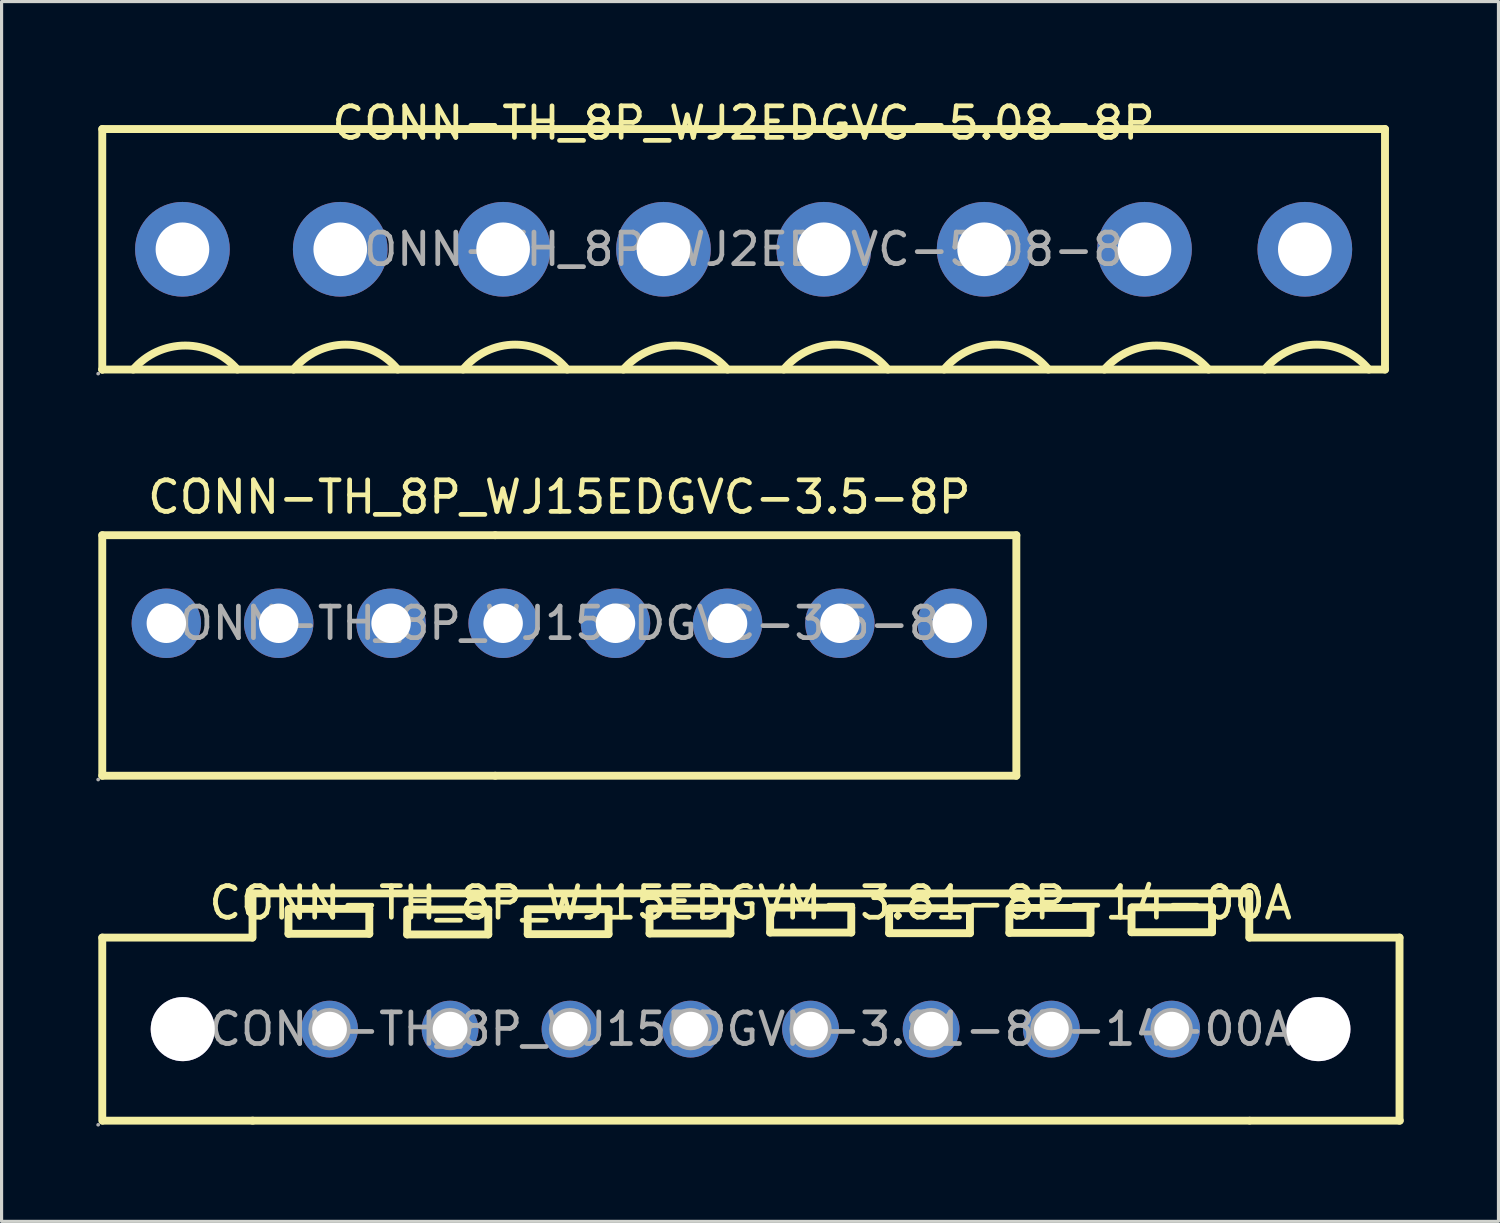
<source format=kicad_pcb>
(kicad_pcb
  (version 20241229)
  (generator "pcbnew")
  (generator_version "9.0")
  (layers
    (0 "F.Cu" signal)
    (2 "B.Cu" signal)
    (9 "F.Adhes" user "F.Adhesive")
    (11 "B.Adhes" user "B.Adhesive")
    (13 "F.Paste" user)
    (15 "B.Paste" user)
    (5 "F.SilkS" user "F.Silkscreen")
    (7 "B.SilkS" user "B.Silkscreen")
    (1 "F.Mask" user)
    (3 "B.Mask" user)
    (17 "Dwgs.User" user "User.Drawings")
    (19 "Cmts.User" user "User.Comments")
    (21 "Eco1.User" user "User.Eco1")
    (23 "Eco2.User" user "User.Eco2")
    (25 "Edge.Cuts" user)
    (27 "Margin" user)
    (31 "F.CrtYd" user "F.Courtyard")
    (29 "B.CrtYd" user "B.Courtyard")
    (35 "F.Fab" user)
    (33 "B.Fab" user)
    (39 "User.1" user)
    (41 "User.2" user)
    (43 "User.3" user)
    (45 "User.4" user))
  (footprint "CONN-TH_8P_WJ15EDGVC-3.5-8P"
    (layer "F.Cu")
    (at 14.67 16.697)
    (property "Reference" "CONN-TH_8P_WJ15EDGVC-3.5-8P" (at 0 -4 0) (layer "F.SilkS") (effects (font (size 1 1) (thickness 0.15))))
    (attr through_hole)
    (fp_line (start -14.48 -2.79) (end -14.48 4.83) (stroke (width 0.25) (type solid)) (layer "F.SilkS"))
    (fp_line (start -14.48 -2.79) (end -2.03 -2.79) (stroke (width 0.25) (type solid)) (layer "F.SilkS"))
    (fp_line (start -14.48 4.83) (end -2.03 4.83) (stroke (width 0.25) (type solid)) (layer "F.SilkS"))
    (fp_line (start -2.03 -2.79) (end 14.48 -2.79) (stroke (width 0.25) (type solid)) (layer "F.SilkS"))
    (fp_line (start -2.03 4.83) (end 14.48 4.83) (stroke (width 0.25) (type solid)) (layer "F.SilkS"))
    (fp_line (start 14.48 -2.79) (end 14.48 4.83) (stroke (width 0.25) (type solid)) (layer "F.SilkS"))
    (fp_circle (center -14.61 4.95) (end -14.58 4.95) (stroke (width 0.06) (type solid)) (fill no) (layer "F.Fab"))
    (fp_circle (center -12.45 0) (end -12.19 0) (stroke (width 0.52) (type solid)) (fill no) (layer "F.Fab"))
    (fp_circle (center -8.89 0) (end -8.63 0) (stroke (width 0.52) (type solid)) (fill no) (layer "F.Fab"))
    (fp_circle (center -5.33 0) (end -5.07 0) (stroke (width 0.52) (type solid)) (fill no) (layer "F.Fab"))
    (fp_circle (center -1.78 0) (end -1.52 0) (stroke (width 0.52) (type solid)) (fill no) (layer "F.Fab"))
    (fp_circle (center 1.78 0) (end 2.04 0) (stroke (width 0.52) (type solid)) (fill no) (layer "F.Fab"))
    (fp_circle (center 5.33 0) (end 5.59 0) (stroke (width 0.52) (type solid)) (fill no) (layer "F.Fab"))
    (fp_circle (center 8.89 0) (end 9.15 0) (stroke (width 0.52) (type solid)) (fill no) (layer "F.Fab"))
    (fp_circle (center 12.45 0) (end 12.71 0) (stroke (width 0.52) (type solid)) (fill no) (layer "F.Fab"))
    (fp_text user "${REFERENCE}" (at 0 0 0) (layer "F.Fab") (effects (font (size 1 1) (thickness 0.15))))
    (pad "1" thru_hole circle (at -12.45 0) (size 2.2 2.2) (drill 1.25) (layers "*.Cu" "*.Paste" "*.Mask"))
    (pad "2" thru_hole circle (at -8.89 0) (size 2.2 2.2) (drill 1.25) (layers "*.Cu" "*.Paste" "*.Mask"))
    (pad "3" thru_hole circle (at -5.33 0) (size 2.2 2.2) (drill 1.25) (layers "*.Cu" "*.Paste" "*.Mask"))
    (pad "4" thru_hole circle (at -1.78 0) (size 2.2 2.2) (drill 1.25) (layers "*.Cu" "*.Paste" "*.Mask"))
    (pad "5" thru_hole circle (at 1.78 0) (size 2.2 2.2) (drill 1.25) (layers "*.Cu" "*.Paste" "*.Mask"))
    (pad "6" thru_hole circle (at 5.33 0) (size 2.2 2.2) (drill 1.25) (layers "*.Cu" "*.Paste" "*.Mask"))
    (pad "7" thru_hole circle (at 8.89 0) (size 2.2 2.2) (drill 1.25) (layers "*.Cu" "*.Paste" "*.Mask"))
    (pad "8" thru_hole circle (at 12.45 0) (size 2.2 2.2) (drill 1.25) (layers "*.Cu" "*.Paste" "*.Mask")))
  (footprint "CONN-TH_8P_WJ2EDGVC-5.08-8P"
    (layer "F.Cu")
    (at 20.51 4.848)
    (property "Reference" "CONN-TH_8P_WJ2EDGVC-5.08-8P" (at 0 -4 0) (layer "F.SilkS") (effects (font (size 1 1) (thickness 0.15))))
    (attr through_hole)
    (fp_line (start -20.32 -3.81) (end -20.32 3.81) (stroke (width 0.25) (type solid)) (layer "F.SilkS"))
    (fp_line (start -20.32 -3.81) (end 20.32 -3.81) (stroke (width 0.25) (type solid)) (layer "F.SilkS"))
    (fp_line (start -20.32 3.81) (end -20.32 3.81) (stroke (width 0.25) (type solid)) (layer "F.SilkS"))
    (fp_line (start 20.32 -3.81) (end 20.32 3.81) (stroke (width 0.25) (type solid)) (layer "F.SilkS"))
    (fp_line (start 20.32 3.81) (end -20.32 3.81) (stroke (width 0.25) (type solid)) (layer "F.SilkS"))
    (fp_arc (start -19.340511 3.810599) (mid -17.690394 3.049609) (end -16.04 3.81) (stroke (width 0.25) (type solid)) (layer "F.SilkS"))
    (fp_arc (start -14.258881 3.808614) (mid -12.609109 3.020709) (end -10.96 3.81) (stroke (width 0.25) (type solid)) (layer "F.SilkS"))
    (fp_arc (start -8.888881 3.808614) (mid -7.239109 3.020709) (end -5.59 3.81) (stroke (width 0.25) (type solid)) (layer "F.SilkS"))
    (fp_arc (start -3.810511 3.810599) (mid -2.160394 3.049609) (end -0.51 3.81) (stroke (width 0.25) (type solid)) (layer "F.SilkS"))
    (fp_arc (start 1.271119 3.808614) (mid 2.920891 3.020709) (end 4.57 3.81) (stroke (width 0.25) (type solid)) (layer "F.SilkS"))
    (fp_arc (start 6.351119 3.808614) (mid 8.000891 3.020709) (end 9.65 3.81) (stroke (width 0.25) (type solid)) (layer "F.SilkS"))
    (fp_arc (start 11.429489 3.810599) (mid 13.079606 3.049609) (end 14.73 3.81) (stroke (width 0.25) (type solid)) (layer "F.SilkS"))
    (fp_arc (start 16.511119 3.808614) (mid 18.160891 3.020709) (end 19.81 3.81) (stroke (width 0.25) (type solid)) (layer "F.SilkS"))
    (fp_circle (center -20.45 3.94) (end -20.42 3.94) (stroke (width 0.06) (type solid)) (fill no) (layer "F.Fab"))
    (fp_circle (center -17.78 0) (end -17.4 0) (stroke (width 0.75) (type solid)) (fill no) (layer "F.Fab"))
    (fp_circle (center -12.78 0) (end -12.4 0) (stroke (width 0.75) (type solid)) (fill no) (layer "F.Fab"))
    (fp_circle (center -7.62 0) (end -7.24 0) (stroke (width 0.75) (type solid)) (fill no) (layer "F.Fab"))
    (fp_circle (center -2.54 0) (end -2.16 0) (stroke (width 0.75) (type solid)) (fill no) (layer "F.Fab"))
    (fp_circle (center 2.54 0) (end 2.92 0) (stroke (width 0.75) (type solid)) (fill no) (layer "F.Fab"))
    (fp_circle (center 7.62 0) (end 8 0) (stroke (width 0.75) (type solid)) (fill no) (layer "F.Fab"))
    (fp_circle (center 12.7 0) (end 13.08 0) (stroke (width 0.75) (type solid)) (fill no) (layer "F.Fab"))
    (fp_circle (center 17.78 0) (end 18.16 0) (stroke (width 0.75) (type solid)) (fill no) (layer "F.Fab"))
    (fp_text user "${REFERENCE}" (at 0 0 0) (layer "F.Fab") (effects (font (size 1 1) (thickness 0.15))))
    (pad "1" thru_hole circle (at -17.78 0) (size 3 3) (drill 1.7) (layers "*.Cu" "*.Paste" "*.Mask"))
    (pad "2" thru_hole circle (at -12.78 0) (size 3 3) (drill 1.7) (layers "*.Cu" "*.Paste" "*.Mask"))
    (pad "3" thru_hole circle (at -7.62 0) (size 3 3) (drill 1.7) (layers "*.Cu" "*.Paste" "*.Mask"))
    (pad "4" thru_hole circle (at -2.54 0) (size 3 3) (drill 1.7) (layers "*.Cu" "*.Paste" "*.Mask"))
    (pad "5" thru_hole circle (at 2.54 0) (size 3 3) (drill 1.7) (layers "*.Cu" "*.Paste" "*.Mask"))
    (pad "6" thru_hole circle (at 7.62 0) (size 3 3) (drill 1.7) (layers "*.Cu" "*.Paste" "*.Mask"))
    (pad "7" thru_hole circle (at 12.7 0) (size 3 3) (drill 1.7) (layers "*.Cu" "*.Paste" "*.Mask"))
    (pad "8" thru_hole circle (at 17.78 0) (size 3 3) (drill 1.7) (layers "*.Cu" "*.Paste" "*.Mask")))
  (footprint "CONN-TH_8P_WJ15EDGVM-3.81-8P-14-00A"
    (layer "F.Cu")
    (at 20.73 29.555)
    (property "Reference" "CONN-TH_8P_WJ15EDGVM-3.81-8P-14-00A" (at 0 -4 0) (layer "F.SilkS") (effects (font (size 1 1) (thickness 0.15))))
    (attr through_hole)
    (fp_line (start -20.54 -2.9) (end -20.54 2.9) (stroke (width 0.25) (type solid)) (layer "F.SilkS"))
    (fp_line (start -20.54 -2.9) (end -15.79 -2.9) (stroke (width 0.25) (type solid)) (layer "F.SilkS"))
    (fp_line (start -20.52 2.9) (end -15.77 2.9) (stroke (width 0.25) (type solid)) (layer "F.SilkS"))
    (fp_line (start -15.78 -4.3) (end -15.78 -2.9) (stroke (width 0.25) (type solid)) (layer "F.SilkS"))
    (fp_line (start -15.78 -4.3) (end 15.8 -4.3) (stroke (width 0.25) (type solid)) (layer "F.SilkS"))
    (fp_line (start -15.78 2.9) (end 15.8 2.9) (stroke (width 0.25) (type solid)) (layer "F.SilkS"))
    (fp_line (start -14.64 -3.02) (end -14.64 -3.8) (stroke (width 0.25) (type solid)) (layer "F.SilkS"))
    (fp_line (start -14.62 -3.81) (end -12.08 -3.81) (stroke (width 0.25) (type solid)) (layer "F.SilkS"))
    (fp_line (start -12.08 -3.81) (end -12.08 -3.02) (stroke (width 0.25) (type solid)) (layer "F.SilkS"))
    (fp_line (start -12.08 -3.02) (end -14.64 -3.02) (stroke (width 0.25) (type solid)) (layer "F.SilkS"))
    (fp_line (start -10.88 -3) (end -10.88 -3.78) (stroke (width 0.25) (type solid)) (layer "F.SilkS"))
    (fp_line (start -10.86 -3.79) (end -8.31 -3.79) (stroke (width 0.25) (type solid)) (layer "F.SilkS"))
    (fp_line (start -8.31 -3.79) (end -8.31 -3) (stroke (width 0.25) (type solid)) (layer "F.SilkS"))
    (fp_line (start -8.31 -3) (end -10.88 -3) (stroke (width 0.25) (type solid)) (layer "F.SilkS"))
    (fp_line (start -7.06 -3.01) (end -7.06 -3.79) (stroke (width 0.25) (type solid)) (layer "F.SilkS"))
    (fp_line (start -7.04 -3.8) (end -4.5 -3.8) (stroke (width 0.25) (type solid)) (layer "F.SilkS"))
    (fp_line (start -4.5 -3.8) (end -4.5 -3.01) (stroke (width 0.25) (type solid)) (layer "F.SilkS"))
    (fp_line (start -4.5 -3.01) (end -7.06 -3.01) (stroke (width 0.25) (type solid)) (layer "F.SilkS"))
    (fp_line (start -3.2 -3.03) (end -3.2 -3.81) (stroke (width 0.25) (type solid)) (layer "F.SilkS"))
    (fp_line (start -3.18 -3.82) (end -0.64 -3.82) (stroke (width 0.25) (type solid)) (layer "F.SilkS"))
    (fp_line (start -0.64 -3.82) (end -0.64 -3.03) (stroke (width 0.25) (type solid)) (layer "F.SilkS"))
    (fp_line (start -0.64 -3.03) (end -3.2 -3.03) (stroke (width 0.25) (type solid)) (layer "F.SilkS"))
    (fp_line (start 0.62 -3.06) (end 0.62 -3.84) (stroke (width 0.25) (type solid)) (layer "F.SilkS"))
    (fp_line (start 0.64 -3.85) (end 3.19 -3.85) (stroke (width 0.25) (type solid)) (layer "F.SilkS"))
    (fp_line (start 3.19 -3.85) (end 3.19 -3.06) (stroke (width 0.25) (type solid)) (layer "F.SilkS"))
    (fp_line (start 3.19 -3.06) (end 0.62 -3.06) (stroke (width 0.25) (type solid)) (layer "F.SilkS"))
    (fp_line (start 4.39 -3.04) (end 4.39 -3.82) (stroke (width 0.25) (type solid)) (layer "F.SilkS"))
    (fp_line (start 4.42 -3.83) (end 6.95 -3.83) (stroke (width 0.25) (type solid)) (layer "F.SilkS"))
    (fp_line (start 6.95 -3.83) (end 6.95 -3.04) (stroke (width 0.25) (type solid)) (layer "F.SilkS"))
    (fp_line (start 6.95 -3.04) (end 4.39 -3.04) (stroke (width 0.25) (type solid)) (layer "F.SilkS"))
    (fp_line (start 8.2 -3.05) (end 8.2 -3.83) (stroke (width 0.25) (type solid)) (layer "F.SilkS"))
    (fp_line (start 8.23 -3.84) (end 10.77 -3.84) (stroke (width 0.25) (type solid)) (layer "F.SilkS"))
    (fp_line (start 10.77 -3.84) (end 10.77 -3.05) (stroke (width 0.25) (type solid)) (layer "F.SilkS"))
    (fp_line (start 10.77 -3.05) (end 8.2 -3.05) (stroke (width 0.25) (type solid)) (layer "F.SilkS"))
    (fp_line (start 12.07 -3.07) (end 12.07 -3.85) (stroke (width 0.25) (type solid)) (layer "F.SilkS"))
    (fp_line (start 12.09 -3.86) (end 14.62 -3.86) (stroke (width 0.25) (type solid)) (layer "F.SilkS"))
    (fp_line (start 14.62 -3.86) (end 14.62 -3.07) (stroke (width 0.25) (type solid)) (layer "F.SilkS"))
    (fp_line (start 14.62 -3.07) (end 12.07 -3.07) (stroke (width 0.25) (type solid)) (layer "F.SilkS"))
    (fp_line (start 15.8 -4.3) (end 15.8 -2.9) (stroke (width 0.25) (type solid)) (layer "F.SilkS"))
    (fp_line (start 15.81 -2.9) (end 20.56 -2.9) (stroke (width 0.25) (type solid)) (layer "F.SilkS"))
    (fp_line (start 15.82 2.9) (end 20.57 2.9) (stroke (width 0.25) (type solid)) (layer "F.SilkS"))
    (fp_line (start 20.56 -2.9) (end 20.56 2.9) (stroke (width 0.25) (type solid)) (layer "F.SilkS"))
    (fp_circle (center -20.67 3.03) (end -20.64 3.03) (stroke (width 0.06) (type solid)) (fill no) (layer "F.Fab"))
    (fp_circle (center -17.99 0) (end -17.53 0) (stroke (width 0.92) (type solid)) (fill no) (layer "F.Fab"))
    (fp_circle (center -13.34 0) (end -13.12 0) (stroke (width 0.45) (type solid)) (fill no) (layer "F.Fab"))
    (fp_circle (center -9.52 0) (end -9.3 0) (stroke (width 0.45) (type solid)) (fill no) (layer "F.Fab"))
    (fp_circle (center -5.72 0) (end -5.5 0) (stroke (width 0.45) (type solid)) (fill no) (layer "F.Fab"))
    (fp_circle (center -1.9 0) (end -1.68 0) (stroke (width 0.45) (type solid)) (fill no) (layer "F.Fab"))
    (fp_circle (center 1.9 0) (end 2.12 0) (stroke (width 0.45) (type solid)) (fill no) (layer "F.Fab"))
    (fp_circle (center 5.72 0) (end 5.94 0) (stroke (width 0.45) (type solid)) (fill no) (layer "F.Fab"))
    (fp_circle (center 9.53 0) (end 9.75 0) (stroke (width 0.45) (type solid)) (fill no) (layer "F.Fab"))
    (fp_circle (center 13.34 0) (end 13.56 0) (stroke (width 0.45) (type solid)) (fill no) (layer "F.Fab"))
    (fp_circle (center 17.99 0) (end 18.45 0) (stroke (width 0.92) (type solid)) (fill no) (layer "F.Fab"))
    (fp_text user "${REFERENCE}" (at 0 0 0) (layer "F.Fab") (effects (font (size 1 1) (thickness 0.15))))
    (pad "" thru_hole circle (at -17.99 0) (size 2.03 2.03) (drill 2.03) (layers "*.Cu" "*.Mask"))
    (pad "" thru_hole circle (at 17.99 0) (size 2.03 2.03) (drill 2.03) (layers "*.Cu" "*.Mask"))
    (pad "1" thru_hole circle (at -13.34 0) (size 1.8 1.8) (drill 1.1) (layers "*.Cu" "*.Paste" "*.Mask"))
    (pad "2" thru_hole circle (at -9.52 0) (size 1.8 1.8) (drill 1.1) (layers "*.Cu" "*.Paste" "*.Mask"))
    (pad "3" thru_hole circle (at -5.72 0) (size 1.8 1.8) (drill 1.1) (layers "*.Cu" "*.Paste" "*.Mask"))
    (pad "4" thru_hole circle (at -1.9 0) (size 1.8 1.8) (drill 1.1) (layers "*.Cu" "*.Paste" "*.Mask"))
    (pad "5" thru_hole circle (at 1.9 0) (size 1.8 1.8) (drill 1.1) (layers "*.Cu" "*.Paste" "*.Mask"))
    (pad "6" thru_hole circle (at 5.72 0) (size 1.8 1.8) (drill 1.1) (layers "*.Cu" "*.Paste" "*.Mask"))
    (pad "7" thru_hole circle (at 9.53 0) (size 1.8 1.8) (drill 1.1) (layers "*.Cu" "*.Paste" "*.Mask"))
    (pad "8" thru_hole circle (at 13.34 0) (size 1.8 1.8) (drill 1.1) (layers "*.Cu" "*.Paste" "*.Mask")))
  (gr_rect
    (start -3 -3)
    (end 44.425 35.645)
    (stroke (width 0.1) (type default))
    (fill no)
    (layer "Edge.Cuts")))
</source>
